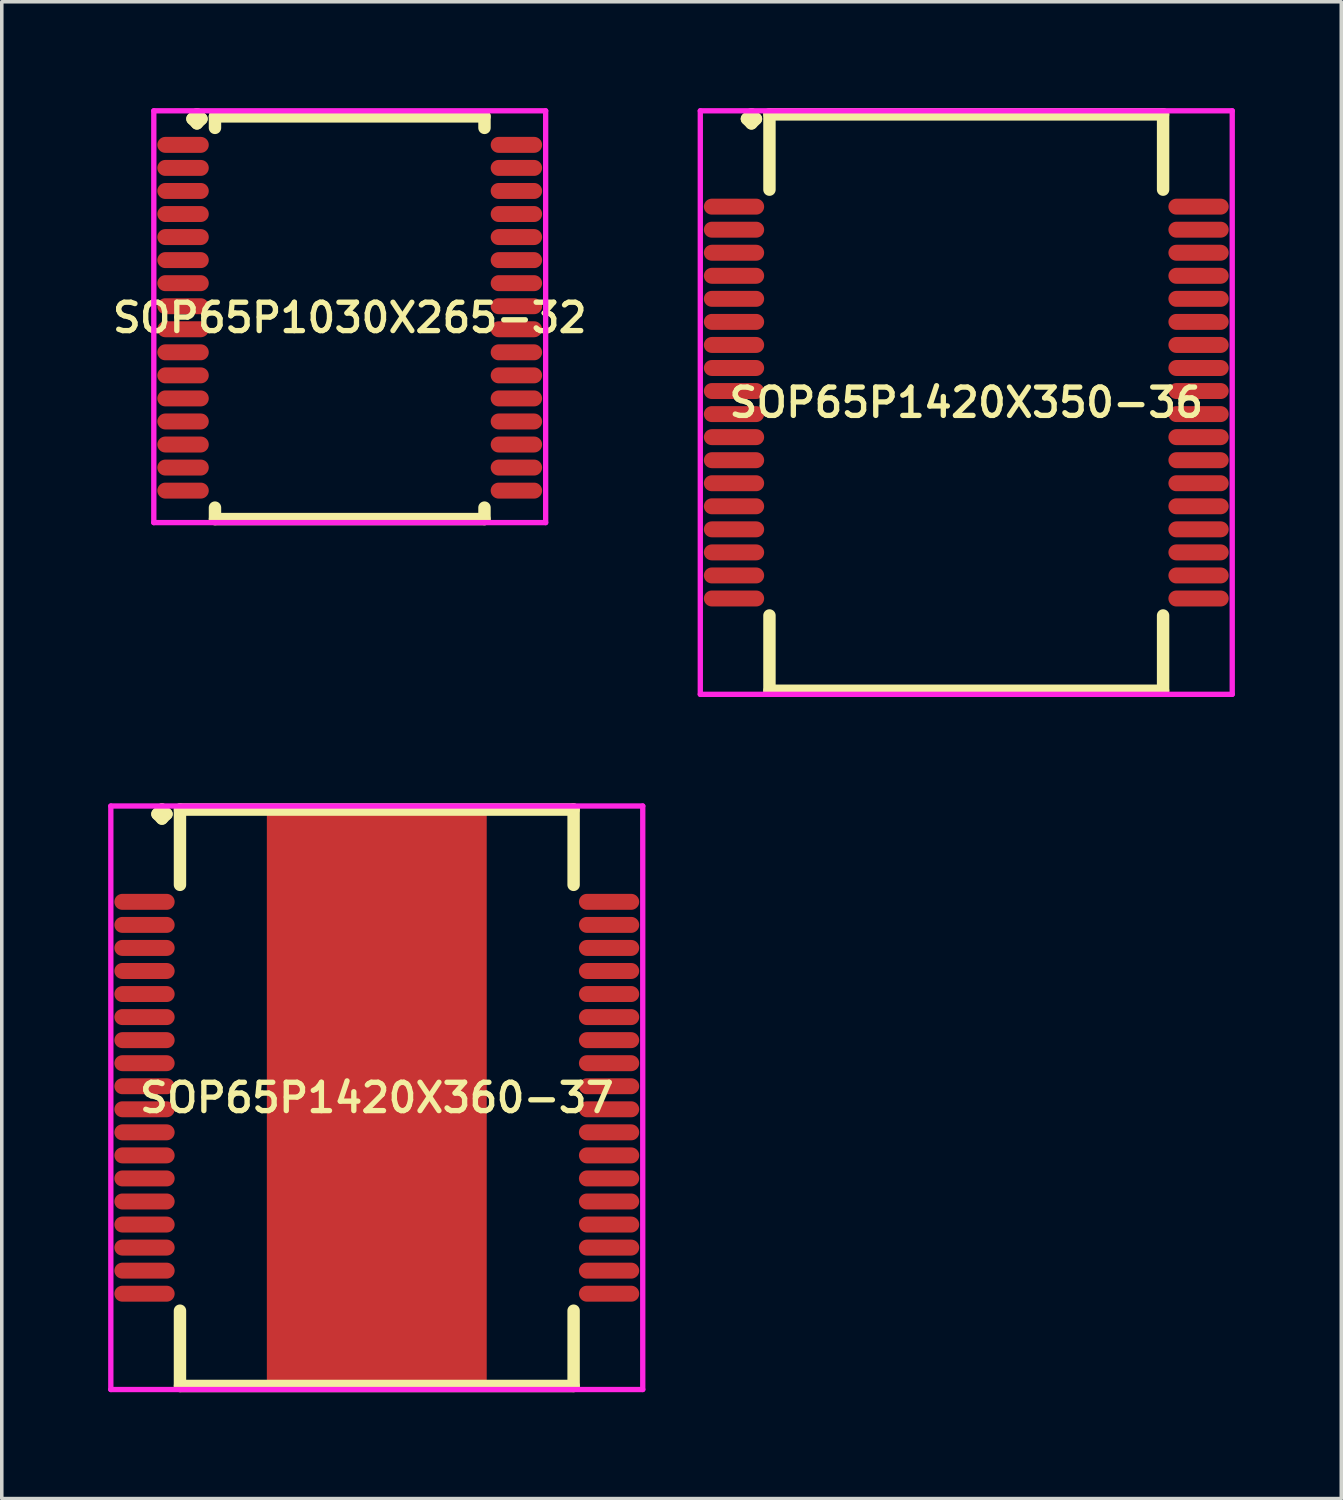
<source format=kicad_pcb>
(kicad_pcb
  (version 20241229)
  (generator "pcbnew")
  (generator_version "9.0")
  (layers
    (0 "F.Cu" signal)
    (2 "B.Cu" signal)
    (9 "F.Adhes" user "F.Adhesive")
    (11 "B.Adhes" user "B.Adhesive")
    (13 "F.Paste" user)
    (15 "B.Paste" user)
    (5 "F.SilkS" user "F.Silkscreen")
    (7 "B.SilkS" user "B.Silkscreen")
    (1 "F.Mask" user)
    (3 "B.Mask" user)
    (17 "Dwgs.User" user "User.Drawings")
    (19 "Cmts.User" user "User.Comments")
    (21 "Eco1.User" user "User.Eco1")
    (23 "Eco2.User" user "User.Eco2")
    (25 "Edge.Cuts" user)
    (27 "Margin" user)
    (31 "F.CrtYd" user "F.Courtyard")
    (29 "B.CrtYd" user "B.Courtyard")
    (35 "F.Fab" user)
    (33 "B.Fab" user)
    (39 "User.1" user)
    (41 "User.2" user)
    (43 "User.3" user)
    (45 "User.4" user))
  (footprint "SOP65P1420X350-36"
    (layer "F.Cu")
    (at 24.198 8.302)
    (property "Reference" "SOP65P1420X350-36" (at 0 0 0) (layer "F.SilkS") (effects (font (size 0.8 0.8) (thickness 0.15))))
    (attr smd)
    (fp_line (start -6.185 -8) (end -6.058 -8.127) (stroke (width 0.35) (type solid)) (layer "F.SilkS"))
    (fp_line (start -6.058 -8.127) (end -5.931 -8) (stroke (width 0.35) (type solid)) (layer "F.SilkS"))
    (fp_line (start -6.058 -7.873) (end -6.185 -8) (stroke (width 0.35) (type solid)) (layer "F.SilkS"))
    (fp_line (start -5.931 -8) (end -6.058 -7.873) (stroke (width 0.35) (type solid)) (layer "F.SilkS"))
    (fp_line (start -5.55 -8.127) (end 5.55 -8.127) (stroke (width 0.35) (type solid)) (layer "F.SilkS"))
    (fp_line (start -5.55 -6.004) (end -5.55 -8.127) (stroke (width 0.35) (type solid)) (layer "F.SilkS"))
    (fp_line (start -5.55 6.004) (end -5.55 8.127) (stroke (width 0.35) (type solid)) (layer "F.SilkS"))
    (fp_line (start -5.55 8.127) (end 5.55 8.127) (stroke (width 0.35) (type solid)) (layer "F.SilkS"))
    (fp_line (start 5.55 -8.127) (end 5.55 -6.004) (stroke (width 0.35) (type solid)) (layer "F.SilkS"))
    (fp_line (start 5.55 8.127) (end 5.55 6.004) (stroke (width 0.35) (type solid)) (layer "F.SilkS"))
    (fp_line (start -7.5 -8.227) (end 7.5 -8.227) (stroke (width 0.15) (type solid)) (layer "F.CrtYd"))
    (fp_line (start -7.5 8.227) (end -7.5 -8.227) (stroke (width 0.15) (type solid)) (layer "F.CrtYd"))
    (fp_line (start 7.5 -8.227) (end 7.5 8.227) (stroke (width 0.15) (type solid)) (layer "F.CrtYd"))
    (fp_line (start 7.5 8.227) (end -7.5 8.227) (stroke (width 0.15) (type solid)) (layer "F.CrtYd"))
    (pad "1" smd oval (at -6.55 -5.525) (size 1.7 0.45) (layers "F.Cu" "F.Mask" "F.Paste"))
    (pad "2" smd oval (at -6.55 -4.875) (size 1.7 0.45) (layers "F.Cu" "F.Mask" "F.Paste"))
    (pad "3" smd oval (at -6.55 -4.225) (size 1.7 0.45) (layers "F.Cu" "F.Mask" "F.Paste"))
    (pad "4" smd oval (at -6.55 -3.575) (size 1.7 0.45) (layers "F.Cu" "F.Mask" "F.Paste"))
    (pad "5" smd oval (at -6.55 -2.925) (size 1.7 0.45) (layers "F.Cu" "F.Mask" "F.Paste"))
    (pad "6" smd oval (at -6.55 -2.275) (size 1.7 0.45) (layers "F.Cu" "F.Mask" "F.Paste"))
    (pad "7" smd oval (at -6.55 -1.625) (size 1.7 0.45) (layers "F.Cu" "F.Mask" "F.Paste"))
    (pad "8" smd oval (at -6.55 -0.975) (size 1.7 0.45) (layers "F.Cu" "F.Mask" "F.Paste"))
    (pad "9" smd oval (at -6.55 -0.325) (size 1.7 0.45) (layers "F.Cu" "F.Mask" "F.Paste"))
    (pad "10" smd oval (at -6.55 0.325) (size 1.7 0.45) (layers "F.Cu" "F.Mask" "F.Paste"))
    (pad "11" smd oval (at -6.55 0.975) (size 1.7 0.45) (layers "F.Cu" "F.Mask" "F.Paste"))
    (pad "12" smd oval (at -6.55 1.625) (size 1.7 0.45) (layers "F.Cu" "F.Mask" "F.Paste"))
    (pad "13" smd oval (at -6.55 2.275) (size 1.7 0.45) (layers "F.Cu" "F.Mask" "F.Paste"))
    (pad "14" smd oval (at -6.55 2.925) (size 1.7 0.45) (layers "F.Cu" "F.Mask" "F.Paste"))
    (pad "15" smd oval (at -6.55 3.575) (size 1.7 0.45) (layers "F.Cu" "F.Mask" "F.Paste"))
    (pad "16" smd oval (at -6.55 4.225) (size 1.7 0.45) (layers "F.Cu" "F.Mask" "F.Paste"))
    (pad "17" smd oval (at -6.55 4.875) (size 1.7 0.45) (layers "F.Cu" "F.Mask" "F.Paste"))
    (pad "18" smd oval (at -6.55 5.525) (size 1.7 0.45) (layers "F.Cu" "F.Mask" "F.Paste"))
    (pad "19" smd oval (at 6.55 5.525) (size 1.7 0.45) (layers "F.Cu" "F.Mask" "F.Paste"))
    (pad "20" smd oval (at 6.55 4.875) (size 1.7 0.45) (layers "F.Cu" "F.Mask" "F.Paste"))
    (pad "21" smd oval (at 6.55 4.225) (size 1.7 0.45) (layers "F.Cu" "F.Mask" "F.Paste"))
    (pad "22" smd oval (at 6.55 3.575) (size 1.7 0.45) (layers "F.Cu" "F.Mask" "F.Paste"))
    (pad "23" smd oval (at 6.55 2.925) (size 1.7 0.45) (layers "F.Cu" "F.Mask" "F.Paste"))
    (pad "24" smd oval (at 6.55 2.275) (size 1.7 0.45) (layers "F.Cu" "F.Mask" "F.Paste"))
    (pad "25" smd oval (at 6.55 1.625) (size 1.7 0.45) (layers "F.Cu" "F.Mask" "F.Paste"))
    (pad "26" smd oval (at 6.55 0.975) (size 1.7 0.45) (layers "F.Cu" "F.Mask" "F.Paste"))
    (pad "27" smd oval (at 6.55 0.325) (size 1.7 0.45) (layers "F.Cu" "F.Mask" "F.Paste"))
    (pad "28" smd oval (at 6.55 -0.325) (size 1.7 0.45) (layers "F.Cu" "F.Mask" "F.Paste"))
    (pad "29" smd oval (at 6.55 -0.975) (size 1.7 0.45) (layers "F.Cu" "F.Mask" "F.Paste"))
    (pad "30" smd oval (at 6.55 -1.625) (size 1.7 0.45) (layers "F.Cu" "F.Mask" "F.Paste"))
    (pad "31" smd oval (at 6.55 -2.275) (size 1.7 0.45) (layers "F.Cu" "F.Mask" "F.Paste"))
    (pad "32" smd oval (at 6.55 -2.925) (size 1.7 0.45) (layers "F.Cu" "F.Mask" "F.Paste"))
    (pad "33" smd oval (at 6.55 -3.575) (size 1.7 0.45) (layers "F.Cu" "F.Mask" "F.Paste"))
    (pad "34" smd oval (at 6.55 -4.225) (size 1.7 0.45) (layers "F.Cu" "F.Mask" "F.Paste"))
    (pad "35" smd oval (at 6.55 -4.875) (size 1.7 0.45) (layers "F.Cu" "F.Mask" "F.Paste"))
    (pad "36" smd oval (at 6.55 -5.525) (size 1.7 0.45) (layers "F.Cu" "F.Mask" "F.Paste")))
  (footprint "SOP65P1030X265-32"
    (layer "F.Cu")
    (at 6.812 5.91)
    (property "Reference" "SOP65P1030X265-32" (at 0 0 0) (layer "F.SilkS") (effects (font (size 0.8 0.8) (thickness 0.15))))
    (attr smd)
    (fp_line (start -4.435 -5.608) (end -4.308 -5.735) (stroke (width 0.35) (type solid)) (layer "F.SilkS"))
    (fp_line (start -4.308 -5.735) (end -4.181 -5.608) (stroke (width 0.35) (type solid)) (layer "F.SilkS"))
    (fp_line (start -4.308 -5.481) (end -4.435 -5.608) (stroke (width 0.35) (type solid)) (layer "F.SilkS"))
    (fp_line (start -4.181 -5.608) (end -4.308 -5.481) (stroke (width 0.35) (type solid)) (layer "F.SilkS"))
    (fp_line (start -3.8 -5.677) (end 3.8 -5.677) (stroke (width 0.35) (type solid)) (layer "F.SilkS"))
    (fp_line (start -3.8 -5.354) (end -3.8 -5.677) (stroke (width 0.35) (type solid)) (layer "F.SilkS"))
    (fp_line (start -3.8 5.354) (end -3.8 5.677) (stroke (width 0.35) (type solid)) (layer "F.SilkS"))
    (fp_line (start -3.8 5.677) (end 3.8 5.677) (stroke (width 0.35) (type solid)) (layer "F.SilkS"))
    (fp_line (start 3.8 -5.677) (end 3.8 -5.354) (stroke (width 0.35) (type solid)) (layer "F.SilkS"))
    (fp_line (start 3.8 5.677) (end 3.8 5.354) (stroke (width 0.35) (type solid)) (layer "F.SilkS"))
    (fp_line (start -5.525 -5.835) (end 5.525 -5.835) (stroke (width 0.15) (type solid)) (layer "F.CrtYd"))
    (fp_line (start -5.525 5.777) (end -5.525 -5.835) (stroke (width 0.15) (type solid)) (layer "F.CrtYd"))
    (fp_line (start 5.525 -5.835) (end 5.525 5.777) (stroke (width 0.15) (type solid)) (layer "F.CrtYd"))
    (fp_line (start 5.525 5.777) (end -5.525 5.777) (stroke (width 0.15) (type solid)) (layer "F.CrtYd"))
    (pad "1" smd oval (at -4.7 -4.875) (size 1.45 0.45) (layers "F.Cu" "F.Mask" "F.Paste"))
    (pad "2" smd oval (at -4.7 -4.225) (size 1.45 0.45) (layers "F.Cu" "F.Mask" "F.Paste"))
    (pad "3" smd oval (at -4.7 -3.575) (size 1.45 0.45) (layers "F.Cu" "F.Mask" "F.Paste"))
    (pad "4" smd oval (at -4.7 -2.925) (size 1.45 0.45) (layers "F.Cu" "F.Mask" "F.Paste"))
    (pad "5" smd oval (at -4.7 -2.275) (size 1.45 0.45) (layers "F.Cu" "F.Mask" "F.Paste"))
    (pad "6" smd oval (at -4.7 -1.625) (size 1.45 0.45) (layers "F.Cu" "F.Mask" "F.Paste"))
    (pad "7" smd oval (at -4.7 -0.975) (size 1.45 0.45) (layers "F.Cu" "F.Mask" "F.Paste"))
    (pad "8" smd oval (at -4.7 -0.325) (size 1.45 0.45) (layers "F.Cu" "F.Mask" "F.Paste"))
    (pad "9" smd oval (at -4.7 0.325) (size 1.45 0.45) (layers "F.Cu" "F.Mask" "F.Paste"))
    (pad "10" smd oval (at -4.7 0.975) (size 1.45 0.45) (layers "F.Cu" "F.Mask" "F.Paste"))
    (pad "11" smd oval (at -4.7 1.625) (size 1.45 0.45) (layers "F.Cu" "F.Mask" "F.Paste"))
    (pad "12" smd oval (at -4.7 2.275) (size 1.45 0.45) (layers "F.Cu" "F.Mask" "F.Paste"))
    (pad "13" smd oval (at -4.7 2.925) (size 1.45 0.45) (layers "F.Cu" "F.Mask" "F.Paste"))
    (pad "14" smd oval (at -4.7 3.575) (size 1.45 0.45) (layers "F.Cu" "F.Mask" "F.Paste"))
    (pad "15" smd oval (at -4.7 4.225) (size 1.45 0.45) (layers "F.Cu" "F.Mask" "F.Paste"))
    (pad "16" smd oval (at -4.7 4.875) (size 1.45 0.45) (layers "F.Cu" "F.Mask" "F.Paste"))
    (pad "17" smd oval (at 4.7 4.875) (size 1.45 0.45) (layers "F.Cu" "F.Mask" "F.Paste"))
    (pad "18" smd oval (at 4.7 4.225) (size 1.45 0.45) (layers "F.Cu" "F.Mask" "F.Paste"))
    (pad "19" smd oval (at 4.7 3.575) (size 1.45 0.45) (layers "F.Cu" "F.Mask" "F.Paste"))
    (pad "20" smd oval (at 4.7 2.925) (size 1.45 0.45) (layers "F.Cu" "F.Mask" "F.Paste"))
    (pad "21" smd oval (at 4.7 2.275) (size 1.45 0.45) (layers "F.Cu" "F.Mask" "F.Paste"))
    (pad "22" smd oval (at 4.7 1.625) (size 1.45 0.45) (layers "F.Cu" "F.Mask" "F.Paste"))
    (pad "23" smd oval (at 4.7 0.975) (size 1.45 0.45) (layers "F.Cu" "F.Mask" "F.Paste"))
    (pad "24" smd oval (at 4.7 0.325) (size 1.45 0.45) (layers "F.Cu" "F.Mask" "F.Paste"))
    (pad "25" smd oval (at 4.7 -0.325) (size 1.45 0.45) (layers "F.Cu" "F.Mask" "F.Paste"))
    (pad "26" smd oval (at 4.7 -0.975) (size 1.45 0.45) (layers "F.Cu" "F.Mask" "F.Paste"))
    (pad "27" smd oval (at 4.7 -1.625) (size 1.45 0.45) (layers "F.Cu" "F.Mask" "F.Paste"))
    (pad "28" smd oval (at 4.7 -2.275) (size 1.45 0.45) (layers "F.Cu" "F.Mask" "F.Paste"))
    (pad "29" smd oval (at 4.7 -2.925) (size 1.45 0.45) (layers "F.Cu" "F.Mask" "F.Paste"))
    (pad "30" smd oval (at 4.7 -3.575) (size 1.45 0.45) (layers "F.Cu" "F.Mask" "F.Paste"))
    (pad "31" smd oval (at 4.7 -4.225) (size 1.45 0.45) (layers "F.Cu" "F.Mask" "F.Paste"))
    (pad "32" smd oval (at 4.7 -4.875) (size 1.45 0.45) (layers "F.Cu" "F.Mask" "F.Paste")))
  (footprint "SOP65P1420X360-37"
    (layer "F.Cu")
    (at 7.575 27.906)
    (property "Reference" "SOP65P1420X360-37" (at 0 0 0) (layer "F.SilkS") (effects (font (size 0.8 0.8) (thickness 0.15))))
    (attr through_hole)
    (fp_line (start -6.185 -8) (end -6.058 -8.127) (stroke (width 0.35) (type solid)) (layer "F.SilkS"))
    (fp_line (start -6.058 -8.127) (end -5.931 -8) (stroke (width 0.35) (type solid)) (layer "F.SilkS"))
    (fp_line (start -6.058 -7.873) (end -6.185 -8) (stroke (width 0.35) (type solid)) (layer "F.SilkS"))
    (fp_line (start -5.931 -8) (end -6.058 -7.873) (stroke (width 0.35) (type solid)) (layer "F.SilkS"))
    (fp_line (start -5.55 -8.127) (end 5.55 -8.127) (stroke (width 0.35) (type solid)) (layer "F.SilkS"))
    (fp_line (start -5.55 -6.004) (end -5.55 -8.127) (stroke (width 0.35) (type solid)) (layer "F.SilkS"))
    (fp_line (start -5.55 6.004) (end -5.55 8.127) (stroke (width 0.35) (type solid)) (layer "F.SilkS"))
    (fp_line (start -5.55 8.127) (end 5.55 8.127) (stroke (width 0.35) (type solid)) (layer "F.SilkS"))
    (fp_line (start 5.55 -8.127) (end 5.55 -6.004) (stroke (width 0.35) (type solid)) (layer "F.SilkS"))
    (fp_line (start 5.55 8.127) (end 5.55 6.004) (stroke (width 0.35) (type solid)) (layer "F.SilkS"))
    (fp_line (start -7.5 -8.227) (end 7.5 -8.227) (stroke (width 0.15) (type solid)) (layer "F.CrtYd"))
    (fp_line (start -7.5 8.227) (end -7.5 -8.227) (stroke (width 0.15) (type solid)) (layer "F.CrtYd"))
    (fp_line (start 7.5 -8.227) (end 7.5 8.227) (stroke (width 0.15) (type solid)) (layer "F.CrtYd"))
    (fp_line (start 7.5 8.227) (end -7.5 8.227) (stroke (width 0.15) (type solid)) (layer "F.CrtYd"))
    (pad "1" smd oval (at -6.55 -5.525) (size 1.7 0.45) (layers "F.Cu" "F.Mask" "F.Paste"))
    (pad "2" smd oval (at -6.55 -4.875) (size 1.7 0.45) (layers "F.Cu" "F.Mask" "F.Paste"))
    (pad "3" smd oval (at -6.55 -4.225) (size 1.7 0.45) (layers "F.Cu" "F.Mask" "F.Paste"))
    (pad "4" smd oval (at -6.55 -3.575) (size 1.7 0.45) (layers "F.Cu" "F.Mask" "F.Paste"))
    (pad "5" smd oval (at -6.55 -2.925) (size 1.7 0.45) (layers "F.Cu" "F.Mask" "F.Paste"))
    (pad "6" smd oval (at -6.55 -2.275) (size 1.7 0.45) (layers "F.Cu" "F.Mask" "F.Paste"))
    (pad "7" smd oval (at -6.55 -1.625) (size 1.7 0.45) (layers "F.Cu" "F.Mask" "F.Paste"))
    (pad "8" smd oval (at -6.55 -0.975) (size 1.7 0.45) (layers "F.Cu" "F.Mask" "F.Paste"))
    (pad "9" smd oval (at -6.55 -0.325) (size 1.7 0.45) (layers "F.Cu" "F.Mask" "F.Paste"))
    (pad "10" smd oval (at -6.55 0.325) (size 1.7 0.45) (layers "F.Cu" "F.Mask" "F.Paste"))
    (pad "11" smd oval (at -6.55 0.975) (size 1.7 0.45) (layers "F.Cu" "F.Mask" "F.Paste"))
    (pad "12" smd oval (at -6.55 1.625) (size 1.7 0.45) (layers "F.Cu" "F.Mask" "F.Paste"))
    (pad "13" smd oval (at -6.55 2.275) (size 1.7 0.45) (layers "F.Cu" "F.Mask" "F.Paste"))
    (pad "14" smd oval (at -6.55 2.925) (size 1.7 0.45) (layers "F.Cu" "F.Mask" "F.Paste"))
    (pad "15" smd oval (at -6.55 3.575) (size 1.7 0.45) (layers "F.Cu" "F.Mask" "F.Paste"))
    (pad "16" smd oval (at -6.55 4.225) (size 1.7 0.45) (layers "F.Cu" "F.Mask" "F.Paste"))
    (pad "17" smd oval (at -6.55 4.875) (size 1.7 0.45) (layers "F.Cu" "F.Mask" "F.Paste"))
    (pad "18" smd oval (at -6.55 5.525) (size 1.7 0.45) (layers "F.Cu" "F.Mask" "F.Paste"))
    (pad "19" smd oval (at 6.55 5.525) (size 1.7 0.45) (layers "F.Cu" "F.Mask" "F.Paste"))
    (pad "20" smd oval (at 6.55 4.875) (size 1.7 0.45) (layers "F.Cu" "F.Mask" "F.Paste"))
    (pad "21" smd oval (at 6.55 4.225) (size 1.7 0.45) (layers "F.Cu" "F.Mask" "F.Paste"))
    (pad "22" smd oval (at 6.55 3.575) (size 1.7 0.45) (layers "F.Cu" "F.Mask" "F.Paste"))
    (pad "23" smd oval (at 6.55 2.925) (size 1.7 0.45) (layers "F.Cu" "F.Mask" "F.Paste"))
    (pad "24" smd oval (at 6.55 2.275) (size 1.7 0.45) (layers "F.Cu" "F.Mask" "F.Paste"))
    (pad "25" smd oval (at 6.55 1.625) (size 1.7 0.45) (layers "F.Cu" "F.Mask" "F.Paste"))
    (pad "26" smd oval (at 6.55 0.975) (size 1.7 0.45) (layers "F.Cu" "F.Mask" "F.Paste"))
    (pad "27" smd oval (at 6.55 0.325) (size 1.7 0.45) (layers "F.Cu" "F.Mask" "F.Paste"))
    (pad "28" smd oval (at 6.55 -0.325) (size 1.7 0.45) (layers "F.Cu" "F.Mask" "F.Paste"))
    (pad "29" smd oval (at 6.55 -0.975) (size 1.7 0.45) (layers "F.Cu" "F.Mask" "F.Paste"))
    (pad "30" smd oval (at 6.55 -1.625) (size 1.7 0.45) (layers "F.Cu" "F.Mask" "F.Paste"))
    (pad "31" smd oval (at 6.55 -2.275) (size 1.7 0.45) (layers "F.Cu" "F.Mask" "F.Paste"))
    (pad "32" smd oval (at 6.55 -2.925) (size 1.7 0.45) (layers "F.Cu" "F.Mask" "F.Paste"))
    (pad "33" smd oval (at 6.55 -3.575) (size 1.7 0.45) (layers "F.Cu" "F.Mask" "F.Paste"))
    (pad "34" smd oval (at 6.55 -4.225) (size 1.7 0.45) (layers "F.Cu" "F.Mask" "F.Paste"))
    (pad "35" smd oval (at 6.55 -4.875) (size 1.7 0.45) (layers "F.Cu" "F.Mask" "F.Paste"))
    (pad "36" smd oval (at 6.55 -5.525) (size 1.7 0.45) (layers "F.Cu" "F.Mask" "F.Paste"))
    (pad "37" smd rect (at 0 0) (size 6.2 16) (layers "F.Cu" "F.Mask" "F.Paste")))
  (gr_rect
    (start -3 -3)
    (end 34.773 39.208)
    (stroke (width 0.1) (type default))
    (fill no)
    (layer "Edge.Cuts")))
</source>
